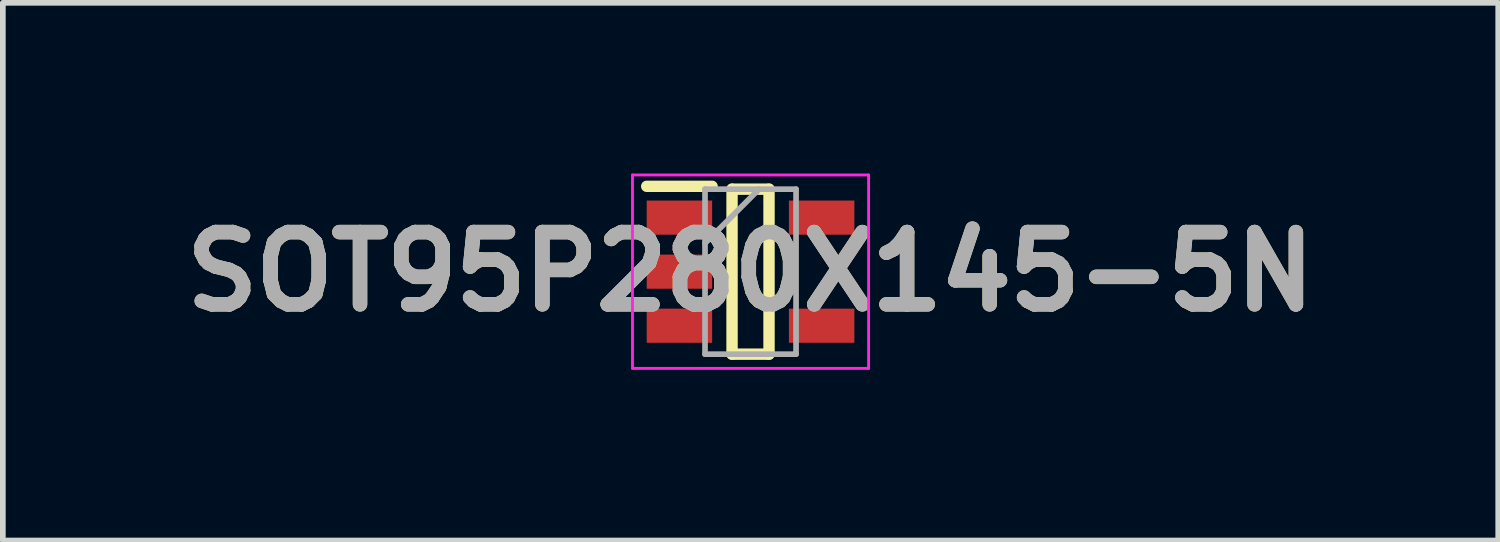
<source format=kicad_pcb>
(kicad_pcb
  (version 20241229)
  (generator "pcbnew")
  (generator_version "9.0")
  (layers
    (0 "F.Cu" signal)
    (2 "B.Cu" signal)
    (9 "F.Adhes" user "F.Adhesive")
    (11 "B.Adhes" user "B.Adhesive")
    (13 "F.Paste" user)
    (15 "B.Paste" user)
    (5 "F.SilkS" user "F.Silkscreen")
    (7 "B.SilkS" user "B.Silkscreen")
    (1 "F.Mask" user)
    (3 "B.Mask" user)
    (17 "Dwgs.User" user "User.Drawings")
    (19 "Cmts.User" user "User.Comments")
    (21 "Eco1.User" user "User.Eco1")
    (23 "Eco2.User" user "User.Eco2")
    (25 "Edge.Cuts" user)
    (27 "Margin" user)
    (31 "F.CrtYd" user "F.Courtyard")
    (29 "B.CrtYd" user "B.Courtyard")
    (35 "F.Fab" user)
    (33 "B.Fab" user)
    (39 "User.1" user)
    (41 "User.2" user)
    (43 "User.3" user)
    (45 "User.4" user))
  (footprint "SOT95P280X145-5N"
    (layer "F.Cu")
    (at 10.142 1.725)
    (property "Reference" "SOT95P280X145-5N" (at 0 0 0) (layer "F.SilkS") (effects (font (size 1.27 1.27) (thickness 0.254))))
    (attr smd)
    (fp_line (start -1.825 -1.5) (end -0.675 -1.5) (stroke (width 0.2) (type solid)) (layer "F.SilkS"))
    (fp_line (start -0.325 -1.45) (end 0.325 -1.45) (stroke (width 0.2) (type solid)) (layer "F.SilkS"))
    (fp_line (start -0.325 1.45) (end -0.325 -1.45) (stroke (width 0.2) (type solid)) (layer "F.SilkS"))
    (fp_line (start 0.325 -1.45) (end 0.325 1.45) (stroke (width 0.2) (type solid)) (layer "F.SilkS"))
    (fp_line (start 0.325 1.45) (end -0.325 1.45) (stroke (width 0.2) (type solid)) (layer "F.SilkS"))
    (fp_line (start -2.075 -1.7) (end 2.075 -1.7) (stroke (width 0.05) (type solid)) (layer "F.CrtYd"))
    (fp_line (start -2.075 1.7) (end -2.075 -1.7) (stroke (width 0.05) (type solid)) (layer "F.CrtYd"))
    (fp_line (start 2.075 -1.7) (end 2.075 1.7) (stroke (width 0.05) (type solid)) (layer "F.CrtYd"))
    (fp_line (start 2.075 1.7) (end -2.075 1.7) (stroke (width 0.05) (type solid)) (layer "F.CrtYd"))
    (fp_line (start -0.8 -1.45) (end 0.8 -1.45) (stroke (width 0.1) (type solid)) (layer "F.Fab"))
    (fp_line (start -0.8 -0.5) (end 0.15 -1.45) (stroke (width 0.1) (type solid)) (layer "F.Fab"))
    (fp_line (start -0.8 1.45) (end -0.8 -1.45) (stroke (width 0.1) (type solid)) (layer "F.Fab"))
    (fp_line (start 0.8 -1.45) (end 0.8 1.45) (stroke (width 0.1) (type solid)) (layer "F.Fab"))
    (fp_line (start 0.8 1.45) (end -0.8 1.45) (stroke (width 0.1) (type solid)) (layer "F.Fab"))
    (fp_text user "${REFERENCE}" (at 0 0 0) (layer "F.Fab") (effects (font (size 1.27 1.27) (thickness 0.254))))
    (pad "1" smd rect (at -1.25 -0.95 90) (size 0.6 1.15) (layers "F.Cu" "F.Mask" "F.Paste"))
    (pad "2" smd rect (at -1.25 0 90) (size 0.6 1.15) (layers "F.Cu" "F.Mask" "F.Paste"))
    (pad "3" smd rect (at -1.25 0.95 90) (size 0.6 1.15) (layers "F.Cu" "F.Mask" "F.Paste"))
    (pad "4" smd rect (at 1.25 0.95 90) (size 0.6 1.15) (layers "F.Cu" "F.Mask" "F.Paste"))
    (pad "5" smd rect (at 1.25 -0.95 90) (size 0.6 1.15) (layers "F.Cu" "F.Mask" "F.Paste")))
  (gr_rect
    (start -3 -3)
    (end 23.284 6.45)
    (stroke (width 0.1) (type default))
    (fill no)
    (layer "Edge.Cuts")))
</source>
